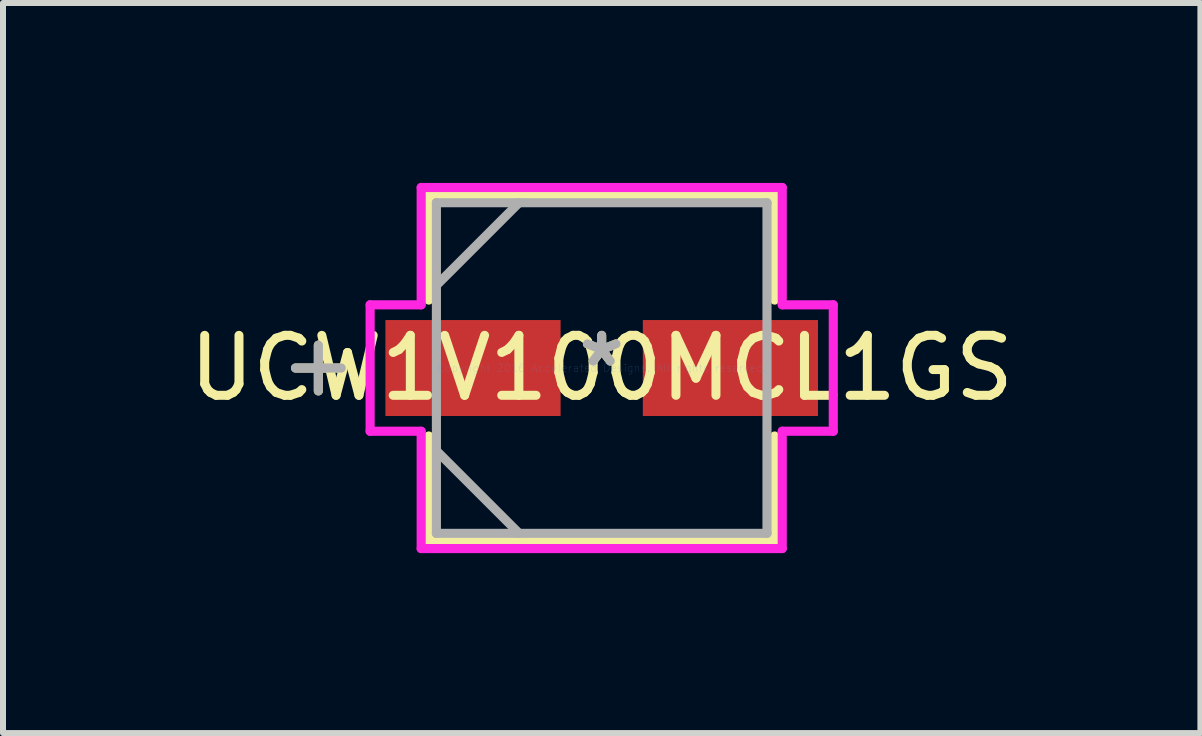
<source format=kicad_pcb>
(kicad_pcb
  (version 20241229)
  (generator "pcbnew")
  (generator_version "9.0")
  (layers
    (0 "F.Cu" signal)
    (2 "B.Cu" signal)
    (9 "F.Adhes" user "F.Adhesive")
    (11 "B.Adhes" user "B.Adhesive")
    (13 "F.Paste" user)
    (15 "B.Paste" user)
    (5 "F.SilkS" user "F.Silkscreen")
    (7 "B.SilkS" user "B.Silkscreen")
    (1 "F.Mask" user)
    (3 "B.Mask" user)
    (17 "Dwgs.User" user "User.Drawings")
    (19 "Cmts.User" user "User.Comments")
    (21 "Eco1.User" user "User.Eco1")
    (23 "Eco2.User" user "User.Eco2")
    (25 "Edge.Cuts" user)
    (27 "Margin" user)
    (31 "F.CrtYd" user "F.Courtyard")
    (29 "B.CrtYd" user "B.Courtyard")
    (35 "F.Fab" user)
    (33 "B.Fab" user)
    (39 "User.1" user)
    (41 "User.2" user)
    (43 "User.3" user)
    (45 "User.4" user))
  (footprint "UCW1V100MCL1GS"
    (layer "F.Cu")
    (at 6.982 3.086)
    (property "Reference" "UCW1V100MCL1GS" (at 0 0 0) (layer "F.SilkS") (effects (font (size 1 1) (thickness 0.15))))
    (attr through_hole)
    (fp_line (start -4.724 -0.381) (end -4.724 0.381) (stroke (width 0.152) (type solid)) (layer "F.SilkS"))
    (fp_line (start -4.343 0) (end -5.105 0) (stroke (width 0.152) (type solid)) (layer "F.SilkS"))
    (fp_line (start -2.883 -2.883) (end -2.883 -1.133) (stroke (width 0.152) (type solid)) (layer "F.SilkS"))
    (fp_line (start -2.883 1.133) (end -2.883 2.883) (stroke (width 0.152) (type solid)) (layer "F.SilkS"))
    (fp_line (start -2.883 2.883) (end 2.883 2.883) (stroke (width 0.152) (type solid)) (layer "F.SilkS"))
    (fp_line (start 2.883 -2.883) (end -2.883 -2.883) (stroke (width 0.152) (type solid)) (layer "F.SilkS"))
    (fp_line (start 2.883 -1.133) (end 2.883 -2.883) (stroke (width 0.152) (type solid)) (layer "F.SilkS"))
    (fp_line (start 2.883 2.883) (end 2.883 1.133) (stroke (width 0.152) (type solid)) (layer "F.SilkS"))
    (fp_line (start -3.861 -1.054) (end -3.01 -1.054) (stroke (width 0.152) (type solid)) (layer "F.CrtYd"))
    (fp_line (start -3.861 1.054) (end -3.861 -1.054) (stroke (width 0.152) (type solid)) (layer "F.CrtYd"))
    (fp_line (start -3.01 -3.01) (end 3.01 -3.01) (stroke (width 0.152) (type solid)) (layer "F.CrtYd"))
    (fp_line (start -3.01 -1.054) (end -3.01 -3.01) (stroke (width 0.152) (type solid)) (layer "F.CrtYd"))
    (fp_line (start -3.01 1.054) (end -3.861 1.054) (stroke (width 0.152) (type solid)) (layer "F.CrtYd"))
    (fp_line (start -3.01 3.01) (end -3.01 1.054) (stroke (width 0.152) (type solid)) (layer "F.CrtYd"))
    (fp_line (start 3.01 -3.01) (end 3.01 -1.054) (stroke (width 0.152) (type solid)) (layer "F.CrtYd"))
    (fp_line (start 3.01 -1.054) (end 3.861 -1.054) (stroke (width 0.152) (type solid)) (layer "F.CrtYd"))
    (fp_line (start 3.01 1.054) (end 3.01 3.01) (stroke (width 0.152) (type solid)) (layer "F.CrtYd"))
    (fp_line (start 3.01 3.01) (end -3.01 3.01) (stroke (width 0.152) (type solid)) (layer "F.CrtYd"))
    (fp_line (start 3.861 -1.054) (end 3.861 1.054) (stroke (width 0.152) (type solid)) (layer "F.CrtYd"))
    (fp_line (start 3.861 1.054) (end 3.01 1.054) (stroke (width 0.152) (type solid)) (layer "F.CrtYd"))
    (fp_line (start -4.724 -0.381) (end -4.724 0.381) (stroke (width 0.152) (type solid)) (layer "F.Fab"))
    (fp_line (start -4.343 0) (end -5.105 0) (stroke (width 0.152) (type solid)) (layer "F.Fab"))
    (fp_line (start -2.756 -2.756) (end -2.756 2.756) (stroke (width 0.152) (type solid)) (layer "F.Fab"))
    (fp_line (start -2.756 -1.378) (end -1.378 -2.756) (stroke (width 0.152) (type solid)) (layer "F.Fab"))
    (fp_line (start -2.756 1.378) (end -1.378 2.756) (stroke (width 0.152) (type solid)) (layer "F.Fab"))
    (fp_line (start -2.756 2.756) (end 2.756 2.756) (stroke (width 0.152) (type solid)) (layer "F.Fab"))
    (fp_line (start 2.756 -2.756) (end -2.756 -2.756) (stroke (width 0.152) (type solid)) (layer "F.Fab"))
    (fp_line (start 2.756 2.756) (end 2.756 -2.756) (stroke (width 0.152) (type solid)) (layer "F.Fab"))
    (fp_text user "*" (at 0 0 0) (layer "F.SilkS") (effects (font (size 1 1) (thickness 0.15))))
    (fp_text user "Copyright 2016 Accelerated Designs. All rights reserved." (at 0 0 0) (layer "Cmts.User") (effects (font (size 0.127 0.127) (thickness 0.002))))
    (fp_text user "*" (at 0 0 0) (layer "F.Fab") (effects (font (size 1 1) (thickness 0.15))))
    (pad "1" smd rect (at -2.146 0) (size 2.921 1.6) (layers "F.Cu" "F.Mask" "F.Paste"))
    (pad "2" smd rect (at 2.146 0) (size 2.921 1.6) (layers "F.Cu" "F.Mask" "F.Paste")))
  (gr_rect
    (start -3 -3)
    (end 16.964 9.172)
    (stroke (width 0.1) (type default))
    (fill no)
    (layer "Edge.Cuts")))
</source>
